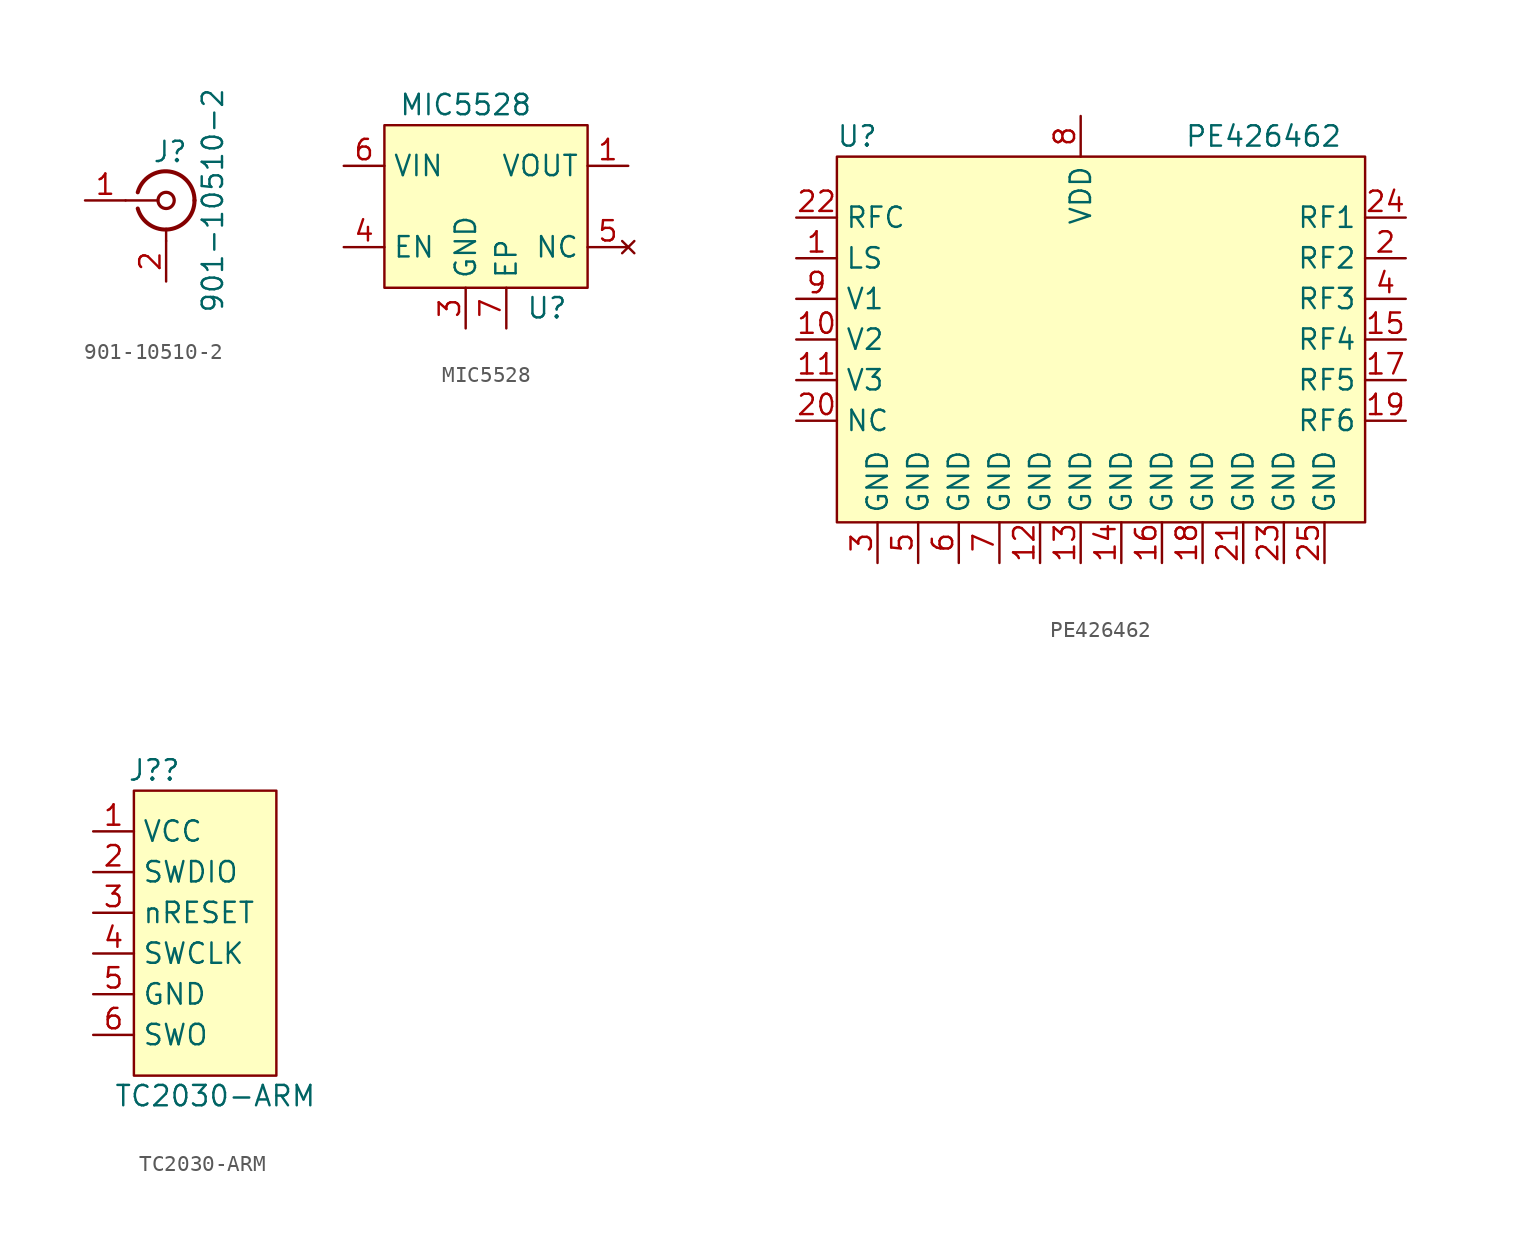
<source format=kicad_sym>
(kicad_symbol_lib
  (version 20211014)
  (generator kicad_symbol_editor)
  (symbol "901-10510-2"
    (pin_names
      (offset 1.016) hide)
    (property "Reference" "J"
      (at 0.254 3.048 0)
      (effects (font (size 1.27 1.27))))
    (property "Value" "901-10510-2"
      (at 2.921 0 90)
      (effects (font (size 1.27 1.27))))
    (symbol "901-10510-2_0_1"
      (arc (start -1.778 -0.508) (mid 0.2311 -1.8066) (end 1.778 0) (stroke (width 0.254) (type default) (color 0 0 0 0)) (fill (type none)))
      (polyline (pts (xy -2.54 0) (xy -0.508 0)) (stroke (width 0) (type default) (color 0 0 0 0)) (fill (type none)))
      (polyline (pts (xy 0 -2.54) (xy 0 -1.778)) (stroke (width 0) (type default) (color 0 0 0 0)) (fill (type none)))
      (circle (center 0 0) (radius 0.508) (stroke (width 0.203) (type default) (color 0 0 0 0)) (fill (type none)))
      (arc (start 1.778 0) (mid 0.2099 1.8101) (end -1.778 0.508) (stroke (width 0.254) (type default) (color 0 0 0 0)) (fill (type none))))
    (symbol "901-10510-2_1_1"
      (pin passive line (at -5.08 0 0) (length 2.54) (name "In" (effects (font (size 1.27 1.27)))) (number "1" (effects (font (size 1.27 1.27)))))
      (pin passive line (at 0 -5.08 90) (length 2.54) (name "Ext" (effects (font (size 1.27 1.27)))) (number "2" (effects (font (size 1.27 1.27)))))
      (pin passive line (at 0 -5.08 90) (length 2.54) hide (name "Ext" (effects (font (size 1.27 1.27)))) (number "3" (effects (font (size 1.27 1.27)))))
      (pin passive line (at 0 -5.08 90) (length 2.54) hide (name "Ext" (effects (font (size 1.27 1.27)))) (number "4" (effects (font (size 1.27 1.27)))))
      (pin passive line (at 0 -5.08 90) (length 2.54) hide (name "Ext" (effects (font (size 1.27 1.27)))) (number "5" (effects (font (size 1.27 1.27)))))
      (pin passive line (at 0 -5.08 90) (length 2.54) hide (name "Ext" (effects (font (size 1.27 1.27)))) (number "6" (effects (font (size 1.27 1.27)))))
      (pin passive line (at 0 -5.08 90) (length 2.54) hide (name "Ext" (effects (font (size 1.27 1.27)))) (number "7" (effects (font (size 1.27 1.27)))))))
  (symbol "MIC5528"
    (property "Reference" "U"
      (at 2.54 -6.35 0)
      (effects (font (size 1.27 1.27))))
    (property "Value" "MIC5528"
      (at -2.54 6.35 0)
      (effects (font (size 1.27 1.27))))
    (symbol "MIC5528_0_1"
      (rectangle (start -7.62 5.08) (end 5.08 -5.08) (stroke (width 0) (type default) (color 0 0 0 0)) (fill (type background))))
    (symbol "MIC5528_1_1"
      (pin power_out line (at 7.62 2.54 180) (length 2.54) (name "VOUT" (effects (font (size 1.27 1.27)))) (number "1" (effects (font (size 1.27 1.27)))))
      (pin power_out line (at 7.62 2.54 180) (length 2.54) hide (name "VOUT" (effects (font (size 1.27 1.27)))) (number "2" (effects (font (size 1.27 1.27)))))
      (pin power_in line (at -2.54 -7.62 90) (length 2.54) (name "GND" (effects (font (size 1.27 1.27)))) (number "3" (effects (font (size 1.27 1.27)))))
      (pin input line (at -10.16 -2.54 0) (length 2.54) (name "EN" (effects (font (size 1.27 1.27)))) (number "4" (effects (font (size 1.27 1.27)))))
      (pin no_connect line (at 7.62 -2.54 180) (length 2.54) (name "NC" (effects (font (size 1.27 1.27)))) (number "5" (effects (font (size 1.27 1.27)))))
      (pin power_in line (at -10.16 2.54 0) (length 2.54) (name "VIN" (effects (font (size 1.27 1.27)))) (number "6" (effects (font (size 1.27 1.27)))))
      (pin power_in line (at 0 -7.62 90) (length 2.54) (name "EP" (effects (font (size 1.27 1.27)))) (number "7" (effects (font (size 1.27 1.27)))))))
  (symbol "PE426462"
    (property "Reference" "U"
      (at -13.97 10.16 0)
      (effects (font (size 1.27 1.27))))
    (property "Value" "PE426462"
      (at 11.43 10.16 0)
      (effects (font (size 1.27 1.27))))
    (symbol "PE426462_0_1"
      (rectangle (start -15.24 8.89) (end 17.78 -13.97) (stroke (width 0) (type default) (color 0 0 0 0)) (fill (type background))))
    (symbol "PE426462_1_1"
      (pin input line (at -17.78 2.54 0) (length 2.54) (name "LS" (effects (font (size 1.27 1.27)))) (number "1" (effects (font (size 1.27 1.27)))))
      (pin input line (at -17.78 -2.54 0) (length 2.54) (name "V2" (effects (font (size 1.27 1.27)))) (number "10" (effects (font (size 1.27 1.27)))))
      (pin input line (at -17.78 -5.08 0) (length 2.54) (name "V3" (effects (font (size 1.27 1.27)))) (number "11" (effects (font (size 1.27 1.27)))))
      (pin power_in line (at -2.54 -16.51 90) (length 2.54) (name "GND" (effects (font (size 1.27 1.27)))) (number "12" (effects (font (size 1.27 1.27)))))
      (pin power_in line (at 0 -16.51 90) (length 2.54) (name "GND" (effects (font (size 1.27 1.27)))) (number "13" (effects (font (size 1.27 1.27)))))
      (pin power_in line (at 2.54 -16.51 90) (length 2.54) (name "GND" (effects (font (size 1.27 1.27)))) (number "14" (effects (font (size 1.27 1.27)))))
      (pin bidirectional line (at 20.32 -2.54 180) (length 2.54) (name "RF4" (effects (font (size 1.27 1.27)))) (number "15" (effects (font (size 1.27 1.27)))))
      (pin power_in line (at 5.08 -16.51 90) (length 2.54) (name "GND" (effects (font (size 1.27 1.27)))) (number "16" (effects (font (size 1.27 1.27)))))
      (pin bidirectional line (at 20.32 -5.08 180) (length 2.54) (name "RF5" (effects (font (size 1.27 1.27)))) (number "17" (effects (font (size 1.27 1.27)))))
      (pin power_in line (at 7.62 -16.51 90) (length 2.54) (name "GND" (effects (font (size 1.27 1.27)))) (number "18" (effects (font (size 1.27 1.27)))))
      (pin bidirectional line (at 20.32 -7.62 180) (length 2.54) (name "RF6" (effects (font (size 1.27 1.27)))) (number "19" (effects (font (size 1.27 1.27)))))
      (pin bidirectional line (at 20.32 2.54 180) (length 2.54) (name "RF2" (effects (font (size 1.27 1.27)))) (number "2" (effects (font (size 1.27 1.27)))))
      (pin passive line (at -17.78 -7.62 0) (length 2.54) (name "NC" (effects (font (size 1.27 1.27)))) (number "20" (effects (font (size 1.27 1.27)))))
      (pin power_in line (at 10.16 -16.51 90) (length 2.54) (name "GND" (effects (font (size 1.27 1.27)))) (number "21" (effects (font (size 1.27 1.27)))))
      (pin bidirectional line (at -17.78 5.08 0) (length 2.54) (name "RFC" (effects (font (size 1.27 1.27)))) (number "22" (effects (font (size 1.27 1.27)))))
      (pin power_in line (at 12.7 -16.51 90) (length 2.54) (name "GND" (effects (font (size 1.27 1.27)))) (number "23" (effects (font (size 1.27 1.27)))))
      (pin bidirectional line (at 20.32 5.08 180) (length 2.54) (name "RF1" (effects (font (size 1.27 1.27)))) (number "24" (effects (font (size 1.27 1.27)))))
      (pin power_in line (at 15.24 -16.51 90) (length 2.54) (name "GND" (effects (font (size 1.27 1.27)))) (number "25" (effects (font (size 1.27 1.27)))))
      (pin power_in line (at -12.7 -16.51 90) (length 2.54) (name "GND" (effects (font (size 1.27 1.27)))) (number "3" (effects (font (size 1.27 1.27)))))
      (pin bidirectional line (at 20.32 0 180) (length 2.54) (name "RF3" (effects (font (size 1.27 1.27)))) (number "4" (effects (font (size 1.27 1.27)))))
      (pin power_in line (at -10.16 -16.51 90) (length 2.54) (name "GND" (effects (font (size 1.27 1.27)))) (number "5" (effects (font (size 1.27 1.27)))))
      (pin power_in line (at -7.62 -16.51 90) (length 2.54) (name "GND" (effects (font (size 1.27 1.27)))) (number "6" (effects (font (size 1.27 1.27)))))
      (pin power_in line (at -5.08 -16.51 90) (length 2.54) (name "GND" (effects (font (size 1.27 1.27)))) (number "7" (effects (font (size 1.27 1.27)))))
      (pin power_in line (at 0 11.43 270) (length 2.54) (name "VDD" (effects (font (size 1.27 1.27)))) (number "8" (effects (font (size 1.27 1.27)))))
      (pin input line (at -17.78 0 0) (length 2.54) (name "V1" (effects (font (size 1.27 1.27)))) (number "9" (effects (font (size 1.27 1.27)))))))
  (symbol "TC2030-ARM"
    (property "Reference" "J?"
      (at 1.27 11.43 0)
      (effects (font (size 1.27 1.27))))
    (property "Value" "TC2030-ARM"
      (at 5.08 -8.89 0)
      (effects (font (size 1.27 1.27))))
    (symbol "TC2030-ARM_0_1"
      (rectangle (start 0 10.16) (end 8.89 -7.62) (stroke (width 0) (type default) (color 0 0 0 0)) (fill (type background))))
    (symbol "TC2030-ARM_1_1"
      (pin power_in line (at -2.54 7.62 0) (length 2.54) (name "VCC" (effects (font (size 1.27 1.27)))) (number "1" (effects (font (size 1.27 1.27)))))
      (pin bidirectional line (at -2.54 5.08 0) (length 2.54) (name "SWDIO" (effects (font (size 1.27 1.27)))) (number "2" (effects (font (size 1.27 1.27)))))
      (pin output line (at -2.54 2.54 0) (length 2.54) (name "nRESET" (effects (font (size 1.27 1.27)))) (number "3" (effects (font (size 1.27 1.27)))))
      (pin output line (at -2.54 0 0) (length 2.54) (name "SWCLK" (effects (font (size 1.27 1.27)))) (number "4" (effects (font (size 1.27 1.27)))))
      (pin power_in line (at -2.54 -2.54 0) (length 2.54) (name "GND" (effects (font (size 1.27 1.27)))) (number "5" (effects (font (size 1.27 1.27)))))
      (pin input line (at -2.54 -5.08 0) (length 2.54) (name "SWO" (effects (font (size 1.27 1.27)))) (number "6" (effects (font (size 1.27 1.27))))))))
</source>
